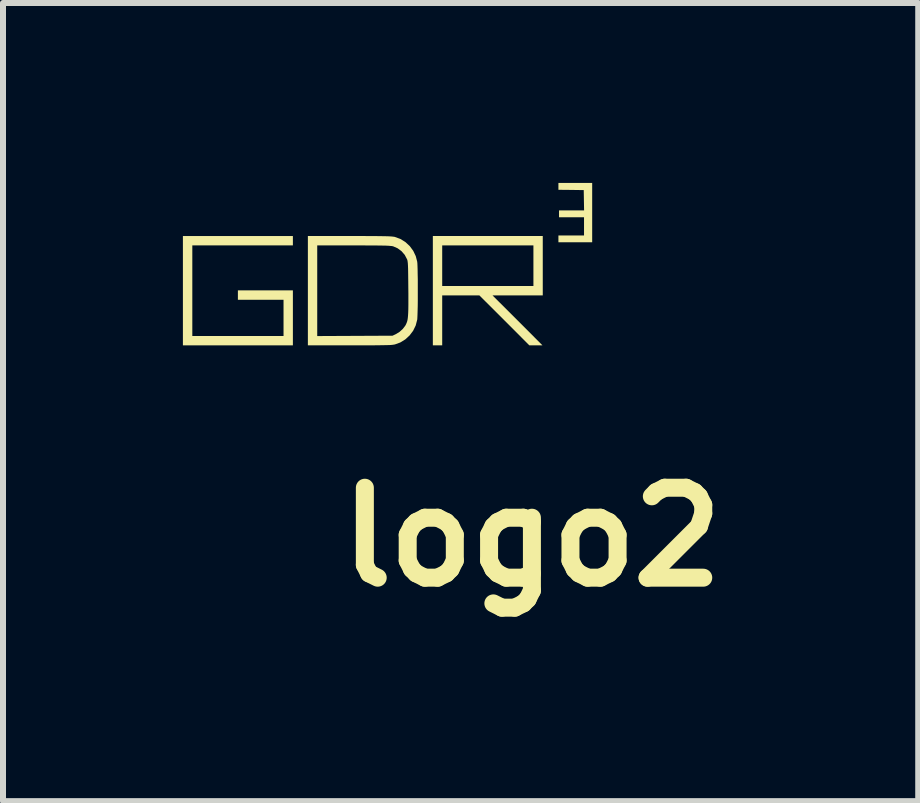
<source format=kicad_pcb>
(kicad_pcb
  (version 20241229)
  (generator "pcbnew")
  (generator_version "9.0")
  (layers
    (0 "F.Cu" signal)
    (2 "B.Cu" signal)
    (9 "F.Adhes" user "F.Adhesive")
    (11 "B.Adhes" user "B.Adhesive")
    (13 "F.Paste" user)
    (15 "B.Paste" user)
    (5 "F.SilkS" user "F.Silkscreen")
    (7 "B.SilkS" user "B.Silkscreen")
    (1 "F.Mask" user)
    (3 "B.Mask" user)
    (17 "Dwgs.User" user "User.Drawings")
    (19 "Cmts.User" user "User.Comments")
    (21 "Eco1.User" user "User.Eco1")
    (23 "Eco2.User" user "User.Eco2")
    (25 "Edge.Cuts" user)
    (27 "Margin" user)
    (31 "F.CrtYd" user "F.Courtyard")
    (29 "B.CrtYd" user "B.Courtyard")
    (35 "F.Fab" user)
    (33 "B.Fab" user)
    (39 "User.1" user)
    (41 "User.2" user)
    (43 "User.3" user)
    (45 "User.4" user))
  (footprint "logo2"
    (layer "F.Cu")
    (at 4.72 2.855)
    (property "Reference" "logo2" (at 1.1 3.05 0) (layer "F.SilkS") (effects (font (size 1.5 1.5) (thickness 0.3))))
    (attr board_only exclude_from_pos_files exclude_from_bom)
    (fp_poly (pts (xy -2.886 -1.891) (xy -2.886 -1.813) (xy -3.725 -1.813) (xy -4.563 -1.813) (xy -4.563 -1.057) (xy -4.563 -0.302) (xy -3.803 -0.302) (xy -3.042 -0.302) (xy -3.042 -0.604) (xy -3.042 -0.906) (xy -3.422 -0.906) (xy -3.803 -0.906) (xy -3.803 -0.985) (xy -3.803 -1.063) (xy -3.344 -1.063) (xy -2.886 -1.063) (xy -2.886 -0.604) (xy -2.886 -0.146) (xy -3.803 -0.146) (xy -4.72 -0.146) (xy -4.72 -1.057) (xy -4.72 -1.969) (xy -3.803 -1.969) (xy -2.886 -1.969)) (stroke (width 0) (type solid)) (fill yes) (layer "F.SilkS"))
    (fp_poly (pts (xy 2.105 -2.36) (xy 2.105 -1.865) (xy 1.823 -1.865) (xy 1.542 -1.865) (xy 1.542 -1.922) (xy 1.542 -1.979) (xy 1.755 -1.979) (xy 1.969 -1.979) (xy 1.969 -2.131) (xy 1.969 -2.282) (xy 1.761 -2.282) (xy 1.552 -2.282) (xy 1.552 -2.339) (xy 1.552 -2.396) (xy 1.761 -2.396) (xy 1.97 -2.396) (xy 1.967 -2.566) (xy 1.964 -2.735) (xy 1.753 -2.738) (xy 1.542 -2.74) (xy 1.542 -2.798) (xy 1.542 -2.855) (xy 1.823 -2.855) (xy 2.105 -2.855)) (stroke (width 0) (type solid)) (fill yes) (layer "F.SilkS"))
    (fp_poly (pts (xy 1.281 -1.474) (xy 1.281 -0.979) (xy 0.862 -0.979) (xy 0.443 -0.979) (xy 0.86 -0.563) (xy 1.276 -0.146) (xy 1.167 -0.146) (xy 1.057 -0.146) (xy 0.641 -0.563) (xy 0.224 -0.979) (xy -0.086 -0.979) (xy -0.396 -0.979) (xy -0.396 -0.563) (xy -0.396 -0.146) (xy -0.474 -0.146) (xy -0.552 -0.146) (xy -0.552 -1.057) (xy -0.552 -1.813) (xy -0.396 -1.813) (xy -0.396 -1.474) (xy -0.396 -1.136) (xy 0.365 -1.136) (xy 1.125 -1.136) (xy 1.125 -1.474) (xy 1.125 -1.813) (xy 0.365 -1.813) (xy -0.396 -1.813) (xy -0.552 -1.813) (xy -0.552 -1.969) (xy 0.365 -1.969) (xy 1.281 -1.969)) (stroke (width 0) (type solid)) (fill yes) (layer "F.SilkS"))
    (fp_poly (pts (xy -1.799 -1.969) (xy -1.677 -1.969) (xy -1.573 -1.968) (xy -1.485 -1.968) (xy -1.412 -1.967) (xy -1.352 -1.966) (xy -1.303 -1.965) (xy -1.265 -1.963) (xy -1.235 -1.961) (xy -1.211 -1.958) (xy -1.193 -1.956) (xy -1.183 -1.953) (xy -1.091 -1.919) (xy -1.008 -1.867) (xy -0.937 -1.801) (xy -0.879 -1.722) (xy -0.837 -1.634) (xy -0.813 -1.542) (xy -0.81 -1.513) (xy -0.808 -1.467) (xy -0.806 -1.405) (xy -0.805 -1.332) (xy -0.803 -1.249) (xy -0.803 -1.16) (xy -0.803 -1.068) (xy -0.803 -0.976) (xy -0.803 -0.886) (xy -0.804 -0.801) (xy -0.806 -0.725) (xy -0.808 -0.661) (xy -0.81 -0.611) (xy -0.812 -0.578) (xy -0.813 -0.573) (xy -0.838 -0.477) (xy -0.881 -0.389) (xy -0.94 -0.311) (xy -1.012 -0.245) (xy -1.095 -0.194) (xy -1.183 -0.162) (xy -1.198 -0.159) (xy -1.217 -0.156) (xy -1.242 -0.153) (xy -1.274 -0.151) (xy -1.315 -0.15) (xy -1.367 -0.149) (xy -1.43 -0.148) (xy -1.507 -0.147) (xy -1.599 -0.146) (xy -1.708 -0.146) (xy -1.835 -0.146) (xy -1.94 -0.146) (xy -2.636 -0.146) (xy -2.636 -1.057) (xy -2.636 -1.813) (xy -2.48 -1.813) (xy -2.48 -1.057) (xy -2.48 -0.301) (xy -1.852 -0.304) (xy -1.224 -0.307) (xy -1.167 -0.334) (xy -1.107 -0.371) (xy -1.053 -0.42) (xy -1.011 -0.475) (xy -1.001 -0.494) (xy -0.991 -0.516) (xy -0.982 -0.54) (xy -0.975 -0.567) (xy -0.97 -0.599) (xy -0.966 -0.639) (xy -0.963 -0.687) (xy -0.961 -0.747) (xy -0.96 -0.82) (xy -0.96 -0.909) (xy -0.96 -1.015) (xy -0.961 -1.097) (xy -0.962 -1.207) (xy -0.963 -1.297) (xy -0.964 -1.371) (xy -0.965 -1.43) (xy -0.967 -1.476) (xy -0.969 -1.512) (xy -0.972 -1.539) (xy -0.975 -1.559) (xy -0.979 -1.574) (xy -0.982 -1.581) (xy -1.021 -1.655) (xy -1.075 -1.717) (xy -1.14 -1.765) (xy -1.213 -1.797) (xy -1.221 -1.799) (xy -1.237 -1.802) (xy -1.261 -1.804) (xy -1.294 -1.807) (xy -1.338 -1.809) (xy -1.394 -1.81) (xy -1.463 -1.811) (xy -1.547 -1.812) (xy -1.648 -1.812) (xy -1.767 -1.813) (xy -1.878 -1.813) (xy -2.48 -1.813) (xy -2.636 -1.813) (xy -2.636 -1.969) (xy -1.94 -1.969)) (stroke (width 0) (type solid)) (fill yes) (layer "F.SilkS")))
  (gr_rect
    (start -3 -3)
    (end 12.262 10.309)
    (stroke (width 0.1) (type default))
    (fill no)
    (layer "Edge.Cuts")))
</source>
